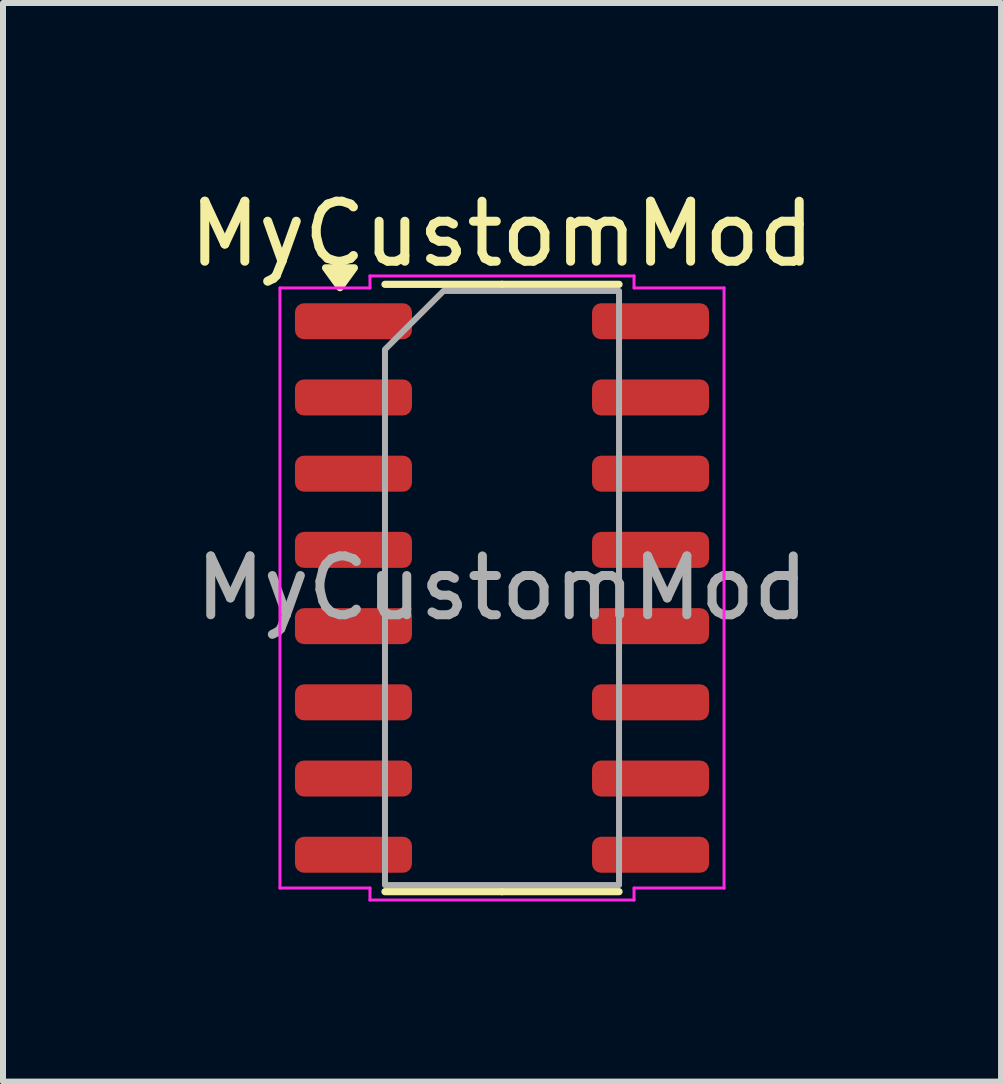
<source format=kicad_pcb>
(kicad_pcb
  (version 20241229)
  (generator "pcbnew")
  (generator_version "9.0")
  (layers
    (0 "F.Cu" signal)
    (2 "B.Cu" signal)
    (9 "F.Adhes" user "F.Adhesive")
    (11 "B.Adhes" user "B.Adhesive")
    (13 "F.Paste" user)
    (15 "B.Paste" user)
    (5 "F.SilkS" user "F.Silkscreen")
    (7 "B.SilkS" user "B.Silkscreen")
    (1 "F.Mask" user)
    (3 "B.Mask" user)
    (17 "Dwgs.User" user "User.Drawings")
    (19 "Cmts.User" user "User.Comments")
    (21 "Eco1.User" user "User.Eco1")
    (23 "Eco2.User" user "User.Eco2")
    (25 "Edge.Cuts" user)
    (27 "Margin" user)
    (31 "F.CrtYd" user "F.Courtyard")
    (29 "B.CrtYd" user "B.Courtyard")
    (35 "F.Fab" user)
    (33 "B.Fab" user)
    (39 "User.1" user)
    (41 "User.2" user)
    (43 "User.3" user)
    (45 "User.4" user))
  (footprint "MyCustomMod"
    (layer "F.Cu")
    (at 5.315 6.748)
    (property "Reference" "MyCustomMod" (at 0 -5.9 0) (layer "F.SilkS") (effects (font (size 1 1) (thickness 0.15))))
    (attr smd)
    (fp_line (start 0 -5.06) (end -1.95 -5.06) (stroke (width 0.12) (type solid)) (layer "F.SilkS"))
    (fp_line (start 0 -5.06) (end 1.95 -5.06) (stroke (width 0.12) (type solid)) (layer "F.SilkS"))
    (fp_line (start 0 5.06) (end -1.95 5.06) (stroke (width 0.12) (type solid)) (layer "F.SilkS"))
    (fp_line (start 0 5.06) (end 1.95 5.06) (stroke (width 0.12) (type solid)) (layer "F.SilkS"))
    (fp_poly (pts (xy -2.7 -5.005) (xy -2.94 -5.335) (xy -2.46 -5.335)) (stroke (width 0.12) (type solid)) (fill yes) (layer "F.SilkS"))
    (fp_line (start -3.7 -5) (end -2.2 -5) (stroke (width 0.05) (type solid)) (layer "F.CrtYd"))
    (fp_line (start -3.7 5) (end -3.7 -5) (stroke (width 0.05) (type solid)) (layer "F.CrtYd"))
    (fp_line (start -2.2 -5.2) (end 2.2 -5.2) (stroke (width 0.05) (type solid)) (layer "F.CrtYd"))
    (fp_line (start -2.2 -5) (end -2.2 -5.2) (stroke (width 0.05) (type solid)) (layer "F.CrtYd"))
    (fp_line (start -2.2 5) (end -3.7 5) (stroke (width 0.05) (type solid)) (layer "F.CrtYd"))
    (fp_line (start -2.2 5.2) (end -2.2 5) (stroke (width 0.05) (type solid)) (layer "F.CrtYd"))
    (fp_line (start 2.2 -5.2) (end 2.2 -5) (stroke (width 0.05) (type solid)) (layer "F.CrtYd"))
    (fp_line (start 2.2 -5) (end 3.7 -5) (stroke (width 0.05) (type solid)) (layer "F.CrtYd"))
    (fp_line (start 2.2 5) (end 2.2 5.2) (stroke (width 0.05) (type solid)) (layer "F.CrtYd"))
    (fp_line (start 2.2 5.2) (end -2.2 5.2) (stroke (width 0.05) (type solid)) (layer "F.CrtYd"))
    (fp_line (start 3.7 -5) (end 3.7 5) (stroke (width 0.05) (type solid)) (layer "F.CrtYd"))
    (fp_line (start 3.7 5) (end 2.2 5) (stroke (width 0.05) (type solid)) (layer "F.CrtYd"))
    (fp_poly (pts (xy -1.95 -3.975) (xy -1.95 4.95) (xy 1.95 4.95) (xy 1.95 -4.95) (xy -0.975 -4.95)) (stroke (width 0.1) (type solid)) (fill no) (layer "F.Fab"))
    (fp_text user "${REFERENCE}" (at 0 0 0) (layer "F.Fab") (effects (font (size 0.98 0.98) (thickness 0.15))))
    (pad "1" smd roundrect (at -2.475 -4.445) (size 1.95 0.6) (layers "F.Cu" "F.Mask" "F.Paste") (roundrect_rratio 0.25))
    (pad "2" smd roundrect (at -2.475 -3.175) (size 1.95 0.6) (layers "F.Cu" "F.Mask" "F.Paste") (roundrect_rratio 0.25))
    (pad "3" smd roundrect (at -2.475 -1.905) (size 1.95 0.6) (layers "F.Cu" "F.Mask" "F.Paste") (roundrect_rratio 0.25))
    (pad "4" smd roundrect (at -2.475 -0.635) (size 1.95 0.6) (layers "F.Cu" "F.Mask" "F.Paste") (roundrect_rratio 0.25))
    (pad "5" smd roundrect (at -2.475 0.635) (size 1.95 0.6) (layers "F.Cu" "F.Mask" "F.Paste") (roundrect_rratio 0.25))
    (pad "6" smd roundrect (at -2.475 1.905) (size 1.95 0.6) (layers "F.Cu" "F.Mask" "F.Paste") (roundrect_rratio 0.25))
    (pad "7" smd roundrect (at -2.475 3.175) (size 1.95 0.6) (layers "F.Cu" "F.Mask" "F.Paste") (roundrect_rratio 0.25))
    (pad "8" smd roundrect (at -2.475 4.445) (size 1.95 0.6) (layers "F.Cu" "F.Mask" "F.Paste") (roundrect_rratio 0.25))
    (pad "9" smd roundrect (at 2.475 4.445) (size 1.95 0.6) (layers "F.Cu" "F.Mask" "F.Paste") (roundrect_rratio 0.25))
    (pad "10" smd roundrect (at 2.475 3.175) (size 1.95 0.6) (layers "F.Cu" "F.Mask" "F.Paste") (roundrect_rratio 0.25))
    (pad "11" smd roundrect (at 2.475 1.905) (size 1.95 0.6) (layers "F.Cu" "F.Mask" "F.Paste") (roundrect_rratio 0.25))
    (pad "12" smd roundrect (at 2.475 0.635) (size 1.95 0.6) (layers "F.Cu" "F.Mask" "F.Paste") (roundrect_rratio 0.25))
    (pad "13" smd roundrect (at 2.475 -0.635) (size 1.95 0.6) (layers "F.Cu" "F.Mask" "F.Paste") (roundrect_rratio 0.25))
    (pad "14" smd roundrect (at 2.475 -1.905) (size 1.95 0.6) (layers "F.Cu" "F.Mask" "F.Paste") (roundrect_rratio 0.25))
    (pad "15" smd roundrect (at 2.475 -3.175) (size 1.95 0.6) (layers "F.Cu" "F.Mask" "F.Paste") (roundrect_rratio 0.25))
    (pad "16" smd roundrect (at 2.475 -4.445) (size 1.95 0.6) (layers "F.Cu" "F.Mask" "F.Paste") (roundrect_rratio 0.25)))
  (gr_rect
    (start -3 -3)
    (end 13.631 14.973)
    (stroke (width 0.1) (type default))
    (fill no)
    (layer "Edge.Cuts")))
</source>
